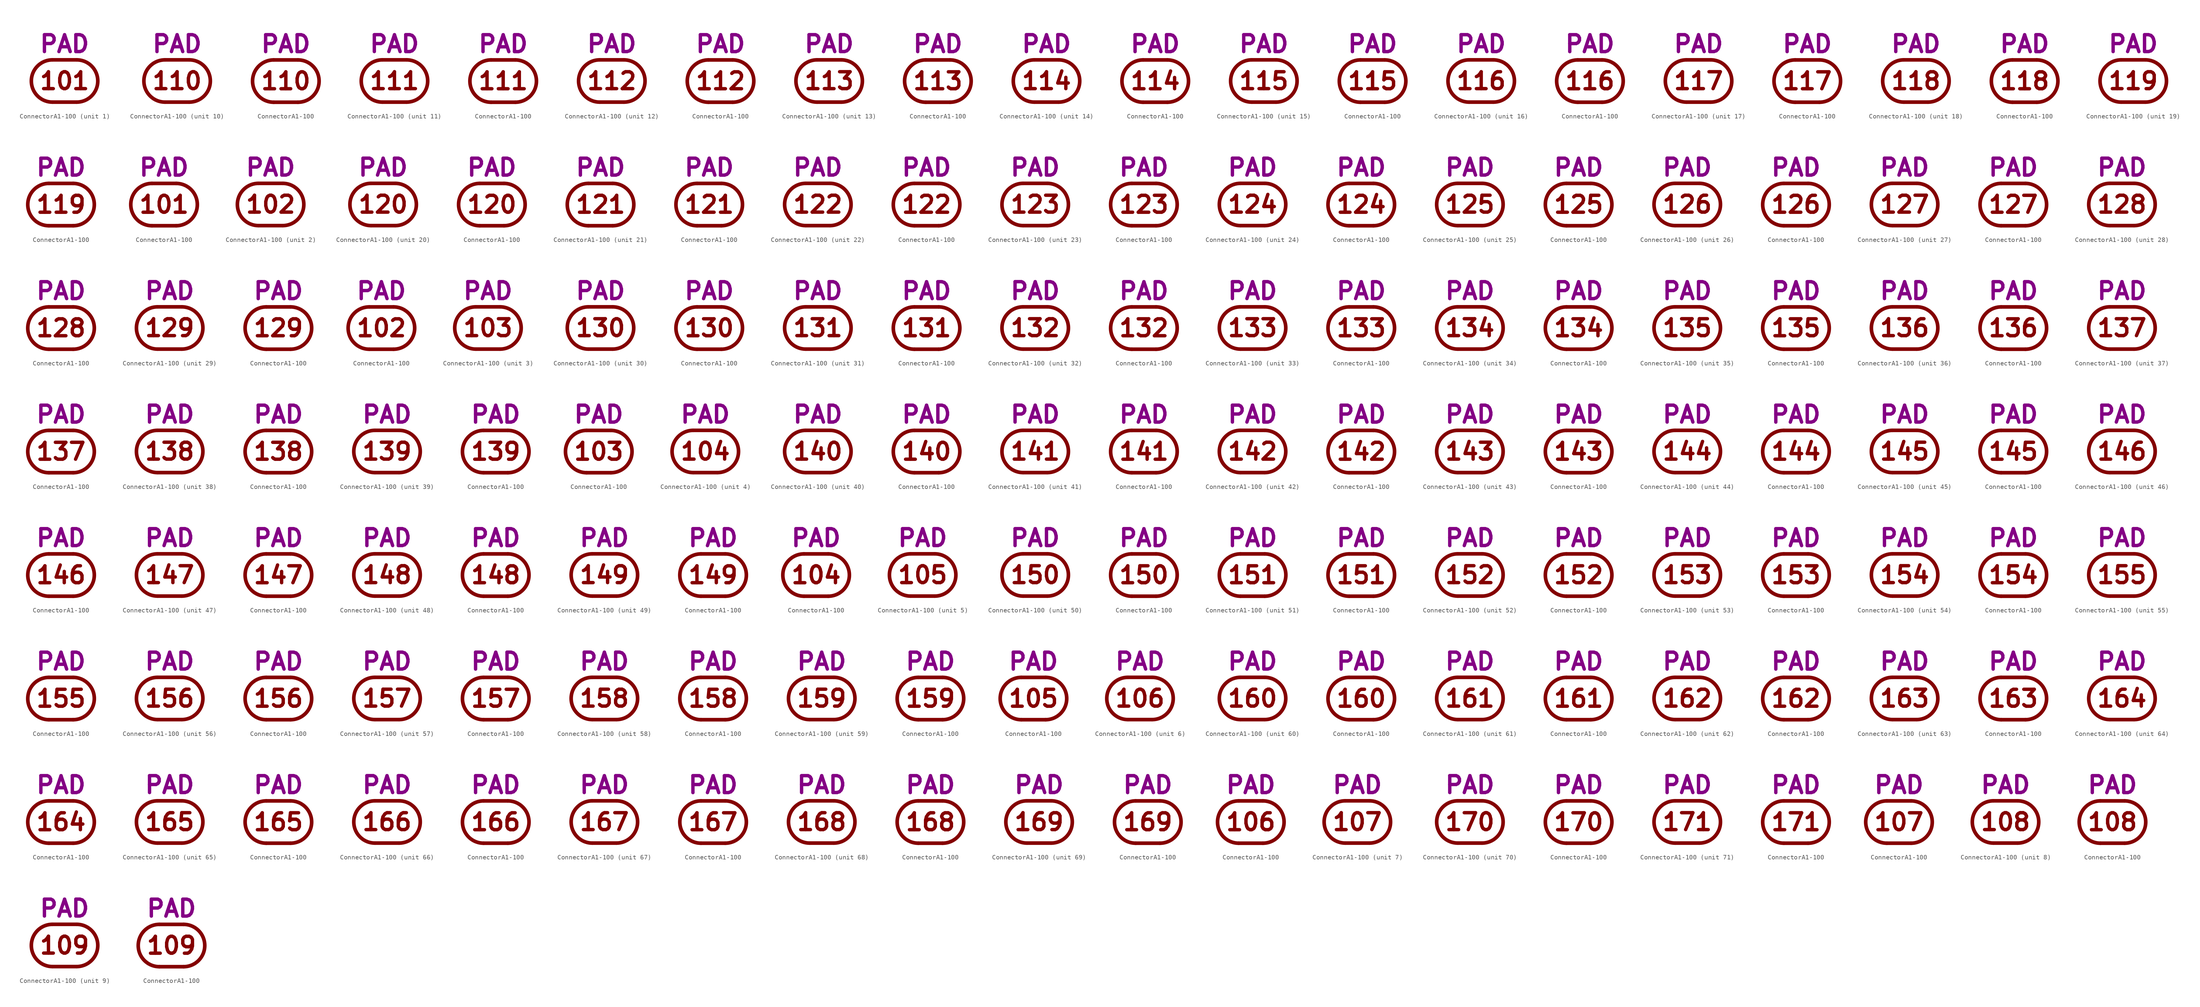
<source format=kicad_sym>
(kicad_symbol_lib
  (version 20211014)
  (generator kicad_symbol_editor)
  (symbol "ConnectorA1-100"
    (pin_numbers hide)
    (pin_names
      (offset 0) hide)
    (property "Reference" "J"
      (at 0 8.255 0)
      (effects (font (size 3.556 3.556)) hide))
    (property "Caption" "PAD"
      (at 0 5.715 0)
      (effects (font (size 3.556 3.556) bold) (justify bottom)))
    (property "ki_locked" ""
      (at 0 0 0)
      (effects (font (size 1.27 1.27))))
    (symbol "ConnectorA1-100_0_0"
      (arc (start -2.54 4.445) (mid -6.985 0) (end -2.54 -4.445) (stroke (width 0.762) (type default) (color 0 0 0 0)) (fill (type none)))
      (polyline (pts (xy -2.54 -4.445) (xy 2.54 -4.445)) (stroke (width 0.762) (type default) (color 0 0 0 0)) (fill (type none)))
      (polyline (pts (xy -2.54 4.445) (xy 2.54 4.445)) (stroke (width 0.762) (type default) (color 0 0 0 0)) (fill (type none)))
      (arc (start 2.54 -4.445) (mid 6.985 0) (end 2.54 4.445) (stroke (width 0.762) (type default) (color 0 0 0 0)) (fill (type none))))
    (symbol "ConnectorA1-100_1_0"
      (text "101" (at 0 0 0) (effects (font (size 3.556 3.556) bold))))
    (symbol "ConnectorA1-100_1_1"
      (pin passive line (at 6.985 0 180) (length 0) (name "101" (effects (font (size 3.556 3.556)))) (number "101" (effects (font (size 3.556 3.556))))))
    (symbol "ConnectorA1-100_1_2"
      (pin passive line (at 0 4.445 270) (length 0) (name "101" (effects (font (size 3.556 3.556)))) (number "101" (effects (font (size 3.556 3.556))))))
    (symbol "ConnectorA1-100_2_0"
      (text "102" (at 0 0 0) (effects (font (size 3.556 3.556) bold))))
    (symbol "ConnectorA1-100_2_1"
      (pin passive line (at 6.985 0 180) (length 0) (name "102" (effects (font (size 3.556 3.556)))) (number "102" (effects (font (size 3.556 3.556))))))
    (symbol "ConnectorA1-100_2_2"
      (pin passive line (at 0 4.445 270) (length 0) (name "102" (effects (font (size 3.556 3.556)))) (number "102" (effects (font (size 3.556 3.556))))))
    (symbol "ConnectorA1-100_3_0"
      (text "103" (at 0 0 0) (effects (font (size 3.556 3.556) bold))))
    (symbol "ConnectorA1-100_3_1"
      (pin passive line (at 6.985 0 180) (length 0) (name "103" (effects (font (size 3.556 3.556)))) (number "103" (effects (font (size 3.556 3.556))))))
    (symbol "ConnectorA1-100_3_2"
      (pin passive line (at 0 4.445 270) (length 0) (name "103" (effects (font (size 3.556 3.556)))) (number "103" (effects (font (size 3.556 3.556))))))
    (symbol "ConnectorA1-100_4_0"
      (text "104" (at 0 0 0) (effects (font (size 3.556 3.556) bold))))
    (symbol "ConnectorA1-100_4_1"
      (pin passive line (at 6.985 0 180) (length 0) (name "104" (effects (font (size 3.556 3.556)))) (number "104" (effects (font (size 3.556 3.556))))))
    (symbol "ConnectorA1-100_4_2"
      (pin passive line (at 0 4.445 270) (length 0) (name "104" (effects (font (size 3.556 3.556)))) (number "104" (effects (font (size 3.556 3.556))))))
    (symbol "ConnectorA1-100_5_0"
      (text "105" (at 0 0 0) (effects (font (size 3.556 3.556) bold))))
    (symbol "ConnectorA1-100_5_1"
      (pin passive line (at 6.985 0 180) (length 0) (name "105" (effects (font (size 3.556 3.556)))) (number "105" (effects (font (size 3.556 3.556))))))
    (symbol "ConnectorA1-100_5_2"
      (pin passive line (at 0 4.445 270) (length 0) (name "105" (effects (font (size 3.556 3.556)))) (number "105" (effects (font (size 3.556 3.556))))))
    (symbol "ConnectorA1-100_6_0"
      (text "106" (at 0 0 0) (effects (font (size 3.556 3.556) bold))))
    (symbol "ConnectorA1-100_6_1"
      (pin passive line (at 6.985 0 180) (length 0) (name "106" (effects (font (size 3.556 3.556)))) (number "106" (effects (font (size 3.556 3.556))))))
    (symbol "ConnectorA1-100_6_2"
      (pin passive line (at 0 4.445 270) (length 0) (name "106" (effects (font (size 3.556 3.556)))) (number "106" (effects (font (size 3.556 3.556))))))
    (symbol "ConnectorA1-100_7_0"
      (text "107" (at 0 0 0) (effects (font (size 3.556 3.556) bold))))
    (symbol "ConnectorA1-100_7_1"
      (pin passive line (at 6.985 0 180) (length 0) (name "107" (effects (font (size 3.556 3.556)))) (number "107" (effects (font (size 3.556 3.556))))))
    (symbol "ConnectorA1-100_7_2"
      (pin passive line (at 0 4.445 270) (length 0) (name "107" (effects (font (size 3.556 3.556)))) (number "107" (effects (font (size 3.556 3.556))))))
    (symbol "ConnectorA1-100_8_0"
      (text "108" (at 0 0 0) (effects (font (size 3.556 3.556) bold))))
    (symbol "ConnectorA1-100_8_1"
      (pin passive line (at 6.985 0 180) (length 0) (name "108" (effects (font (size 3.556 3.556)))) (number "108" (effects (font (size 3.556 3.556))))))
    (symbol "ConnectorA1-100_8_2"
      (pin passive line (at 0 4.445 270) (length 0) (name "108" (effects (font (size 3.556 3.556)))) (number "108" (effects (font (size 3.556 3.556))))))
    (symbol "ConnectorA1-100_9_0"
      (text "109" (at 0 0 0) (effects (font (size 3.556 3.556) bold))))
    (symbol "ConnectorA1-100_9_1"
      (pin passive line (at 6.985 0 180) (length 0) (name "109" (effects (font (size 3.556 3.556)))) (number "109" (effects (font (size 3.556 3.556))))))
    (symbol "ConnectorA1-100_9_2"
      (pin passive line (at 0 4.445 270) (length 0) (name "109" (effects (font (size 3.556 3.556)))) (number "109" (effects (font (size 3.556 3.556))))))
    (symbol "ConnectorA1-100_10_0"
      (text "110" (at 0 0 0) (effects (font (size 3.556 3.556) bold))))
    (symbol "ConnectorA1-100_10_1"
      (pin passive line (at 6.985 0 180) (length 0) (name "110" (effects (font (size 3.556 3.556)))) (number "110" (effects (font (size 3.556 3.556))))))
    (symbol "ConnectorA1-100_10_2"
      (pin passive line (at 0 4.445 270) (length 0) (name "110" (effects (font (size 3.556 3.556)))) (number "110" (effects (font (size 3.556 3.556))))))
    (symbol "ConnectorA1-100_11_0"
      (text "111" (at 0 0 0) (effects (font (size 3.556 3.556) bold))))
    (symbol "ConnectorA1-100_11_1"
      (pin passive line (at 6.985 0 180) (length 0) (name "111" (effects (font (size 3.556 3.556)))) (number "111" (effects (font (size 3.556 3.556))))))
    (symbol "ConnectorA1-100_11_2"
      (pin passive line (at 0 4.445 270) (length 0) (name "111" (effects (font (size 3.556 3.556)))) (number "111" (effects (font (size 3.556 3.556))))))
    (symbol "ConnectorA1-100_12_0"
      (text "112" (at 0 0 0) (effects (font (size 3.556 3.556) bold))))
    (symbol "ConnectorA1-100_12_1"
      (pin passive line (at 6.985 0 180) (length 0) (name "112" (effects (font (size 3.556 3.556)))) (number "112" (effects (font (size 3.556 3.556))))))
    (symbol "ConnectorA1-100_12_2"
      (pin passive line (at 0 4.445 270) (length 0) (name "112" (effects (font (size 3.556 3.556)))) (number "112" (effects (font (size 3.556 3.556))))))
    (symbol "ConnectorA1-100_13_0"
      (text "113" (at 0 0 0) (effects (font (size 3.556 3.556) bold))))
    (symbol "ConnectorA1-100_13_1"
      (pin passive line (at 6.985 0 180) (length 0) (name "113" (effects (font (size 3.556 3.556)))) (number "113" (effects (font (size 3.556 3.556))))))
    (symbol "ConnectorA1-100_13_2"
      (pin passive line (at 0 4.445 270) (length 0) (name "113" (effects (font (size 3.556 3.556)))) (number "113" (effects (font (size 3.556 3.556))))))
    (symbol "ConnectorA1-100_14_0"
      (text "114" (at 0 0 0) (effects (font (size 3.556 3.556) bold))))
    (symbol "ConnectorA1-100_14_1"
      (pin passive line (at 6.985 0 180) (length 0) (name "114" (effects (font (size 3.556 3.556)))) (number "114" (effects (font (size 3.556 3.556))))))
    (symbol "ConnectorA1-100_14_2"
      (pin passive line (at 0 4.445 270) (length 0) (name "114" (effects (font (size 3.556 3.556)))) (number "114" (effects (font (size 3.556 3.556))))))
    (symbol "ConnectorA1-100_15_0"
      (text "115" (at 0 0 0) (effects (font (size 3.556 3.556) bold))))
    (symbol "ConnectorA1-100_15_1"
      (pin passive line (at 6.985 0 180) (length 0) (name "115" (effects (font (size 3.556 3.556)))) (number "115" (effects (font (size 3.556 3.556))))))
    (symbol "ConnectorA1-100_15_2"
      (pin passive line (at 0 4.445 270) (length 0) (name "115" (effects (font (size 3.556 3.556)))) (number "115" (effects (font (size 3.556 3.556))))))
    (symbol "ConnectorA1-100_16_0"
      (text "116" (at 0 0 0) (effects (font (size 3.556 3.556) bold))))
    (symbol "ConnectorA1-100_16_1"
      (pin passive line (at 6.985 0 180) (length 0) (name "116" (effects (font (size 3.556 3.556)))) (number "116" (effects (font (size 3.556 3.556))))))
    (symbol "ConnectorA1-100_16_2"
      (pin passive line (at 0 4.445 270) (length 0) (name "116" (effects (font (size 3.556 3.556)))) (number "116" (effects (font (size 3.556 3.556))))))
    (symbol "ConnectorA1-100_17_0"
      (text "117" (at 0 0 0) (effects (font (size 3.556 3.556) bold))))
    (symbol "ConnectorA1-100_17_1"
      (pin passive line (at 6.985 0 180) (length 0) (name "117" (effects (font (size 3.556 3.556)))) (number "117" (effects (font (size 3.556 3.556))))))
    (symbol "ConnectorA1-100_17_2"
      (pin passive line (at 0 4.445 270) (length 0) (name "117" (effects (font (size 3.556 3.556)))) (number "117" (effects (font (size 3.556 3.556))))))
    (symbol "ConnectorA1-100_18_0"
      (text "118" (at 0 0 0) (effects (font (size 3.556 3.556) bold))))
    (symbol "ConnectorA1-100_18_1"
      (pin passive line (at 6.985 0 180) (length 0) (name "118" (effects (font (size 3.556 3.556)))) (number "118" (effects (font (size 3.556 3.556))))))
    (symbol "ConnectorA1-100_18_2"
      (pin passive line (at 0 4.445 270) (length 0) (name "118" (effects (font (size 3.556 3.556)))) (number "118" (effects (font (size 3.556 3.556))))))
    (symbol "ConnectorA1-100_19_0"
      (text "119" (at 0 0 0) (effects (font (size 3.556 3.556) bold))))
    (symbol "ConnectorA1-100_19_1"
      (pin passive line (at 6.985 0 180) (length 0) (name "119" (effects (font (size 3.556 3.556)))) (number "119" (effects (font (size 3.556 3.556))))))
    (symbol "ConnectorA1-100_19_2"
      (pin passive line (at 0 4.445 270) (length 0) (name "119" (effects (font (size 3.556 3.556)))) (number "119" (effects (font (size 3.556 3.556))))))
    (symbol "ConnectorA1-100_20_0"
      (text "120" (at 0 0 0) (effects (font (size 3.556 3.556) bold))))
    (symbol "ConnectorA1-100_20_1"
      (pin passive line (at 6.985 0 180) (length 0) (name "120" (effects (font (size 3.556 3.556)))) (number "120" (effects (font (size 3.556 3.556))))))
    (symbol "ConnectorA1-100_20_2"
      (pin passive line (at 0 4.445 270) (length 0) (name "120" (effects (font (size 3.556 3.556)))) (number "120" (effects (font (size 3.556 3.556))))))
    (symbol "ConnectorA1-100_21_0"
      (text "121" (at 0 0 0) (effects (font (size 3.556 3.556) bold))))
    (symbol "ConnectorA1-100_22_0"
      (text "122" (at 0 0 0) (effects (font (size 3.556 3.556) bold))))
    (symbol "ConnectorA1-100_22_1"
      (pin passive line (at 6.985 0 180) (length 0) (name "122" (effects (font (size 3.556 3.556)))) (number "122" (effects (font (size 3.556 3.556))))))
    (symbol "ConnectorA1-100_22_2"
      (pin passive line (at 0 4.445 270) (length 0) (name "122" (effects (font (size 3.556 3.556)))) (number "122" (effects (font (size 3.556 3.556))))))
    (symbol "ConnectorA1-100_23_0"
      (text "123" (at 0 0 0) (effects (font (size 3.556 3.556) bold))))
    (symbol "ConnectorA1-100_23_1"
      (pin passive line (at 6.985 0 180) (length 0) (name "123" (effects (font (size 3.556 3.556)))) (number "123" (effects (font (size 3.556 3.556))))))
    (symbol "ConnectorA1-100_23_2"
      (pin passive line (at 0 4.445 270) (length 0) (name "123" (effects (font (size 3.556 3.556)))) (number "123" (effects (font (size 3.556 3.556))))))
    (symbol "ConnectorA1-100_24_0"
      (text "124" (at 0 0 0) (effects (font (size 3.556 3.556) bold))))
    (symbol "ConnectorA1-100_24_1"
      (pin passive line (at 6.985 0 180) (length 0) (name "124" (effects (font (size 3.556 3.556)))) (number "124" (effects (font (size 3.556 3.556))))))
    (symbol "ConnectorA1-100_24_2"
      (pin passive line (at 0 4.445 270) (length 0) (name "124" (effects (font (size 3.556 3.556)))) (number "124" (effects (font (size 3.556 3.556))))))
    (symbol "ConnectorA1-100_25_0"
      (text "125" (at 0 0 0) (effects (font (size 3.556 3.556) bold))))
    (symbol "ConnectorA1-100_25_1"
      (pin passive line (at 6.985 0 180) (length 0) (name "125" (effects (font (size 3.556 3.556)))) (number "125" (effects (font (size 3.556 3.556))))))
    (symbol "ConnectorA1-100_25_2"
      (pin passive line (at 0 4.445 270) (length 0) (name "125" (effects (font (size 3.556 3.556)))) (number "125" (effects (font (size 3.556 3.556))))))
    (symbol "ConnectorA1-100_26_0"
      (text "126" (at 0 0 0) (effects (font (size 3.556 3.556) bold))))
    (symbol "ConnectorA1-100_26_1"
      (pin passive line (at 6.985 0 180) (length 0) (name "126" (effects (font (size 3.556 3.556)))) (number "126" (effects (font (size 3.556 3.556))))))
    (symbol "ConnectorA1-100_26_2"
      (pin passive line (at 0 4.445 270) (length 0) (name "126" (effects (font (size 3.556 3.556)))) (number "126" (effects (font (size 3.556 3.556))))))
    (symbol "ConnectorA1-100_27_0"
      (text "127" (at 0 0 0) (effects (font (size 3.556 3.556) bold))))
    (symbol "ConnectorA1-100_27_1"
      (pin passive line (at 6.985 0 180) (length 0) (name "127" (effects (font (size 3.556 3.556)))) (number "127" (effects (font (size 3.556 3.556))))))
    (symbol "ConnectorA1-100_27_2"
      (pin passive line (at 0 4.445 270) (length 0) (name "127" (effects (font (size 3.556 3.556)))) (number "127" (effects (font (size 3.556 3.556))))))
    (symbol "ConnectorA1-100_28_0"
      (text "128" (at 0 0 0) (effects (font (size 3.556 3.556) bold))))
    (symbol "ConnectorA1-100_28_1"
      (pin passive line (at 6.985 0 180) (length 0) (name "128" (effects (font (size 3.556 3.556)))) (number "128" (effects (font (size 3.556 3.556))))))
    (symbol "ConnectorA1-100_28_2"
      (pin passive line (at 0 4.445 270) (length 0) (name "128" (effects (font (size 3.556 3.556)))) (number "128" (effects (font (size 3.556 3.556))))))
    (symbol "ConnectorA1-100_29_0"
      (text "129" (at 0 0 0) (effects (font (size 3.556 3.556) bold))))
    (symbol "ConnectorA1-100_29_1"
      (pin passive line (at 6.985 0 180) (length 0) (name "129" (effects (font (size 3.556 3.556)))) (number "129" (effects (font (size 3.556 3.556))))))
    (symbol "ConnectorA1-100_29_2"
      (pin passive line (at 0 4.445 270) (length 0) (name "129" (effects (font (size 3.556 3.556)))) (number "129" (effects (font (size 3.556 3.556))))))
    (symbol "ConnectorA1-100_30_0"
      (text "130" (at 0 0 0) (effects (font (size 3.556 3.556) bold))))
    (symbol "ConnectorA1-100_30_1"
      (pin passive line (at 6.985 0 180) (length 0) (name "130" (effects (font (size 3.556 3.556)))) (number "130" (effects (font (size 3.556 3.556))))))
    (symbol "ConnectorA1-100_30_2"
      (pin passive line (at 0 4.445 270) (length 0) (name "130" (effects (font (size 3.556 3.556)))) (number "130" (effects (font (size 3.556 3.556))))))
    (symbol "ConnectorA1-100_31_0"
      (text "131" (at 0 0 0) (effects (font (size 3.556 3.556) bold))))
    (symbol "ConnectorA1-100_31_1"
      (pin passive line (at 6.985 0 180) (length 0) (name "131" (effects (font (size 3.556 3.556)))) (number "131" (effects (font (size 3.556 3.556))))))
    (symbol "ConnectorA1-100_31_2"
      (pin passive line (at 0 4.445 270) (length 0) (name "131" (effects (font (size 3.556 3.556)))) (number "131" (effects (font (size 3.556 3.556))))))
    (symbol "ConnectorA1-100_32_0"
      (text "132" (at 0 0 0) (effects (font (size 3.556 3.556) bold))))
    (symbol "ConnectorA1-100_32_1"
      (pin passive line (at 6.985 0 180) (length 0) (name "132" (effects (font (size 3.556 3.556)))) (number "132" (effects (font (size 3.556 3.556))))))
    (symbol "ConnectorA1-100_32_2"
      (pin passive line (at 0 4.445 270) (length 0) (name "132" (effects (font (size 3.556 3.556)))) (number "132" (effects (font (size 3.556 3.556))))))
    (symbol "ConnectorA1-100_33_0"
      (text "133" (at 0 0 0) (effects (font (size 3.556 3.556) bold))))
    (symbol "ConnectorA1-100_33_1"
      (pin passive line (at 6.985 0 180) (length 0) (name "133" (effects (font (size 3.556 3.556)))) (number "133" (effects (font (size 3.556 3.556))))))
    (symbol "ConnectorA1-100_33_2"
      (pin passive line (at 0 4.445 270) (length 0) (name "133" (effects (font (size 3.556 3.556)))) (number "133" (effects (font (size 3.556 3.556))))))
    (symbol "ConnectorA1-100_34_0"
      (text "134" (at 0 0 0) (effects (font (size 3.556 3.556) bold))))
    (symbol "ConnectorA1-100_34_1"
      (pin passive line (at 6.985 0 180) (length 0) (name "134" (effects (font (size 3.556 3.556)))) (number "134" (effects (font (size 3.556 3.556))))))
    (symbol "ConnectorA1-100_34_2"
      (pin passive line (at 0 4.445 270) (length 0) (name "134" (effects (font (size 3.556 3.556)))) (number "134" (effects (font (size 3.556 3.556))))))
    (symbol "ConnectorA1-100_35_0"
      (text "135" (at 0 0 0) (effects (font (size 3.556 3.556) bold))))
    (symbol "ConnectorA1-100_35_1"
      (pin passive line (at 6.985 0 180) (length 0) (name "135" (effects (font (size 3.556 3.556)))) (number "135" (effects (font (size 3.556 3.556))))))
    (symbol "ConnectorA1-100_35_2"
      (pin passive line (at 0 4.445 270) (length 0) (name "135" (effects (font (size 3.556 3.556)))) (number "135" (effects (font (size 3.556 3.556))))))
    (symbol "ConnectorA1-100_36_0"
      (text "136" (at 0 0 0) (effects (font (size 3.556 3.556) bold))))
    (symbol "ConnectorA1-100_36_1"
      (pin passive line (at 6.985 0 180) (length 0) (name "136" (effects (font (size 3.556 3.556)))) (number "136" (effects (font (size 3.556 3.556))))))
    (symbol "ConnectorA1-100_36_2"
      (pin passive line (at 0 4.445 270) (length 0) (name "136" (effects (font (size 3.556 3.556)))) (number "136" (effects (font (size 3.556 3.556))))))
    (symbol "ConnectorA1-100_37_0"
      (text "137" (at 0 0 0) (effects (font (size 3.556 3.556) bold))))
    (symbol "ConnectorA1-100_37_1"
      (pin passive line (at 6.985 0 180) (length 0) (name "137" (effects (font (size 3.556 3.556)))) (number "137" (effects (font (size 3.556 3.556))))))
    (symbol "ConnectorA1-100_37_2"
      (pin passive line (at 0 4.445 270) (length 0) (name "137" (effects (font (size 3.556 3.556)))) (number "137" (effects (font (size 3.556 3.556))))))
    (symbol "ConnectorA1-100_38_0"
      (text "138" (at 0 0 0) (effects (font (size 3.556 3.556) bold))))
    (symbol "ConnectorA1-100_38_1"
      (pin passive line (at 6.985 0 180) (length 0) (name "138" (effects (font (size 3.556 3.556)))) (number "138" (effects (font (size 3.556 3.556))))))
    (symbol "ConnectorA1-100_38_2"
      (pin passive line (at 0 4.445 270) (length 0) (name "138" (effects (font (size 3.556 3.556)))) (number "138" (effects (font (size 3.556 3.556))))))
    (symbol "ConnectorA1-100_39_0"
      (text "139" (at 0 0 0) (effects (font (size 3.556 3.556) bold))))
    (symbol "ConnectorA1-100_39_1"
      (pin passive line (at 6.985 0 180) (length 0) (name "139" (effects (font (size 3.556 3.556)))) (number "139" (effects (font (size 3.556 3.556))))))
    (symbol "ConnectorA1-100_39_2"
      (pin passive line (at 0 4.445 270) (length 0) (name "139" (effects (font (size 3.556 3.556)))) (number "139" (effects (font (size 3.556 3.556))))))
    (symbol "ConnectorA1-100_40_0"
      (text "140" (at 0 0 0) (effects (font (size 3.556 3.556) bold))))
    (symbol "ConnectorA1-100_40_1"
      (pin passive line (at 6.985 0 180) (length 0) (name "140" (effects (font (size 3.556 3.556)))) (number "140" (effects (font (size 3.556 3.556))))))
    (symbol "ConnectorA1-100_40_2"
      (pin passive line (at 0 4.445 270) (length 0) (name "140" (effects (font (size 3.556 3.556)))) (number "140" (effects (font (size 3.556 3.556))))))
    (symbol "ConnectorA1-100_41_0"
      (text "141" (at 0 0 0) (effects (font (size 3.556 3.556) bold))))
    (symbol "ConnectorA1-100_41_1"
      (pin passive line (at 6.985 0 180) (length 0) (name "141" (effects (font (size 3.556 3.556)))) (number "141" (effects (font (size 3.556 3.556))))))
    (symbol "ConnectorA1-100_41_2"
      (pin passive line (at 0 4.445 270) (length 0) (name "141" (effects (font (size 3.556 3.556)))) (number "141" (effects (font (size 3.556 3.556))))))
    (symbol "ConnectorA1-100_42_0"
      (text "142" (at 0 0 0) (effects (font (size 3.556 3.556) bold))))
    (symbol "ConnectorA1-100_42_1"
      (pin passive line (at 6.985 0 180) (length 0) (name "142" (effects (font (size 3.556 3.556)))) (number "142" (effects (font (size 3.556 3.556))))))
    (symbol "ConnectorA1-100_42_2"
      (pin passive line (at 0 4.445 270) (length 0) (name "142" (effects (font (size 3.556 3.556)))) (number "142" (effects (font (size 3.556 3.556))))))
    (symbol "ConnectorA1-100_43_0"
      (text "143" (at 0 0 0) (effects (font (size 3.556 3.556) bold))))
    (symbol "ConnectorA1-100_43_1"
      (pin passive line (at 6.985 0 180) (length 0) (name "143" (effects (font (size 3.556 3.556)))) (number "143" (effects (font (size 3.556 3.556))))))
    (symbol "ConnectorA1-100_43_2"
      (pin passive line (at 0 4.445 270) (length 0) (name "143" (effects (font (size 3.556 3.556)))) (number "143" (effects (font (size 3.556 3.556))))))
    (symbol "ConnectorA1-100_44_0"
      (text "144" (at 0 0 0) (effects (font (size 3.556 3.556) bold))))
    (symbol "ConnectorA1-100_44_1"
      (pin passive line (at 6.985 0 180) (length 0) (name "144" (effects (font (size 3.556 3.556)))) (number "144" (effects (font (size 3.556 3.556))))))
    (symbol "ConnectorA1-100_44_2"
      (pin passive line (at 0 4.445 270) (length 0) (name "144" (effects (font (size 3.556 3.556)))) (number "144" (effects (font (size 3.556 3.556))))))
    (symbol "ConnectorA1-100_45_0"
      (text "145" (at 0 0 0) (effects (font (size 3.556 3.556) bold))))
    (symbol "ConnectorA1-100_45_1"
      (pin passive line (at 6.985 0 180) (length 0) (name "145" (effects (font (size 3.556 3.556)))) (number "145" (effects (font (size 3.556 3.556))))))
    (symbol "ConnectorA1-100_45_2"
      (pin passive line (at 0 4.445 270) (length 0) (name "145" (effects (font (size 3.556 3.556)))) (number "145" (effects (font (size 3.556 3.556))))))
    (symbol "ConnectorA1-100_46_0"
      (text "146" (at 0 0 0) (effects (font (size 3.556 3.556) bold))))
    (symbol "ConnectorA1-100_46_1"
      (pin passive line (at 6.985 0 180) (length 0) (name "146" (effects (font (size 3.556 3.556)))) (number "146" (effects (font (size 3.556 3.556))))))
    (symbol "ConnectorA1-100_46_2"
      (pin passive line (at 0 4.445 270) (length 0) (name "146" (effects (font (size 3.556 3.556)))) (number "146" (effects (font (size 3.556 3.556))))))
    (symbol "ConnectorA1-100_47_0"
      (text "147" (at 0 0 0) (effects (font (size 3.556 3.556) bold))))
    (symbol "ConnectorA1-100_47_1"
      (pin passive line (at 6.985 0 180) (length 0) (name "147" (effects (font (size 3.556 3.556)))) (number "147" (effects (font (size 3.556 3.556))))))
    (symbol "ConnectorA1-100_47_2"
      (pin passive line (at 0 4.445 270) (length 0) (name "147" (effects (font (size 3.556 3.556)))) (number "147" (effects (font (size 3.556 3.556))))))
    (symbol "ConnectorA1-100_48_0"
      (text "148" (at 0 0 0) (effects (font (size 3.556 3.556) bold))))
    (symbol "ConnectorA1-100_48_1"
      (pin passive line (at 6.985 0 180) (length 0) (name "148" (effects (font (size 3.556 3.556)))) (number "148" (effects (font (size 3.556 3.556))))))
    (symbol "ConnectorA1-100_48_2"
      (pin passive line (at 0 4.445 270) (length 0) (name "148" (effects (font (size 3.556 3.556)))) (number "148" (effects (font (size 3.556 3.556))))))
    (symbol "ConnectorA1-100_49_0"
      (text "149" (at 0 0 0) (effects (font (size 3.556 3.556) bold))))
    (symbol "ConnectorA1-100_49_1"
      (pin passive line (at 6.985 0 180) (length 0) (name "149" (effects (font (size 3.556 3.556)))) (number "149" (effects (font (size 3.556 3.556))))))
    (symbol "ConnectorA1-100_49_2"
      (pin passive line (at 0 4.445 270) (length 0) (name "149" (effects (font (size 3.556 3.556)))) (number "149" (effects (font (size 3.556 3.556))))))
    (symbol "ConnectorA1-100_50_0"
      (text "150" (at 0 0 0) (effects (font (size 3.556 3.556) bold))))
    (symbol "ConnectorA1-100_50_1"
      (pin passive line (at 6.985 0 180) (length 0) (name "150" (effects (font (size 3.556 3.556)))) (number "150" (effects (font (size 3.556 3.556))))))
    (symbol "ConnectorA1-100_50_2"
      (pin passive line (at 0 4.445 270) (length 0) (name "150" (effects (font (size 3.556 3.556)))) (number "150" (effects (font (size 3.556 3.556))))))
    (symbol "ConnectorA1-100_51_0"
      (text "151" (at 0 0 0) (effects (font (size 3.556 3.556) bold))))
    (symbol "ConnectorA1-100_52_0"
      (text "152" (at 0 0 0) (effects (font (size 3.556 3.556) bold))))
    (symbol "ConnectorA1-100_52_1"
      (pin passive line (at 6.985 0 180) (length 0) (name "152" (effects (font (size 3.556 3.556)))) (number "152" (effects (font (size 3.556 3.556))))))
    (symbol "ConnectorA1-100_52_2"
      (pin passive line (at 0 4.445 270) (length 0) (name "152" (effects (font (size 3.556 3.556)))) (number "152" (effects (font (size 3.556 3.556))))))
    (symbol "ConnectorA1-100_53_0"
      (text "153" (at 0 0 0) (effects (font (size 3.556 3.556) bold))))
    (symbol "ConnectorA1-100_53_1"
      (pin passive line (at 6.985 0 180) (length 0) (name "153" (effects (font (size 3.556 3.556)))) (number "153" (effects (font (size 3.556 3.556))))))
    (symbol "ConnectorA1-100_53_2"
      (pin passive line (at 0 4.445 270) (length 0) (name "153" (effects (font (size 3.556 3.556)))) (number "153" (effects (font (size 3.556 3.556))))))
    (symbol "ConnectorA1-100_54_0"
      (text "154" (at 0 0 0) (effects (font (size 3.556 3.556) bold))))
    (symbol "ConnectorA1-100_54_1"
      (pin passive line (at 6.985 0 180) (length 0) (name "154" (effects (font (size 3.556 3.556)))) (number "154" (effects (font (size 3.556 3.556))))))
    (symbol "ConnectorA1-100_54_2"
      (pin passive line (at 0 4.445 270) (length 0) (name "154" (effects (font (size 3.556 3.556)))) (number "154" (effects (font (size 3.556 3.556))))))
    (symbol "ConnectorA1-100_55_0"
      (text "155" (at 0 0 0) (effects (font (size 3.556 3.556) bold))))
    (symbol "ConnectorA1-100_55_1"
      (pin passive line (at 6.985 0 180) (length 0) (name "155" (effects (font (size 3.556 3.556)))) (number "155" (effects (font (size 3.556 3.556))))))
    (symbol "ConnectorA1-100_55_2"
      (pin passive line (at 0 4.445 270) (length 0) (name "155" (effects (font (size 3.556 3.556)))) (number "155" (effects (font (size 3.556 3.556))))))
    (symbol "ConnectorA1-100_56_0"
      (text "156" (at 0 0 0) (effects (font (size 3.556 3.556) bold))))
    (symbol "ConnectorA1-100_56_1"
      (pin passive line (at 6.985 0 180) (length 0) (name "156" (effects (font (size 3.556 3.556)))) (number "156" (effects (font (size 3.556 3.556))))))
    (symbol "ConnectorA1-100_56_2"
      (pin passive line (at 0 4.445 270) (length 0) (name "156" (effects (font (size 3.556 3.556)))) (number "156" (effects (font (size 3.556 3.556))))))
    (symbol "ConnectorA1-100_57_0"
      (text "157" (at 0 0 0) (effects (font (size 3.556 3.556) bold))))
    (symbol "ConnectorA1-100_57_1"
      (pin passive line (at 6.985 0 180) (length 0) (name "157" (effects (font (size 3.556 3.556)))) (number "157" (effects (font (size 3.556 3.556))))))
    (symbol "ConnectorA1-100_57_2"
      (pin passive line (at 0 4.445 270) (length 0) (name "157" (effects (font (size 3.556 3.556)))) (number "157" (effects (font (size 3.556 3.556))))))
    (symbol "ConnectorA1-100_58_0"
      (text "158" (at 0 0 0) (effects (font (size 3.556 3.556) bold))))
    (symbol "ConnectorA1-100_58_1"
      (pin passive line (at 6.985 0 180) (length 0) (name "158" (effects (font (size 3.556 3.556)))) (number "158" (effects (font (size 3.556 3.556))))))
    (symbol "ConnectorA1-100_58_2"
      (pin passive line (at 0 4.445 270) (length 0) (name "158" (effects (font (size 3.556 3.556)))) (number "158" (effects (font (size 3.556 3.556))))))
    (symbol "ConnectorA1-100_59_0"
      (text "159" (at 0 0 0) (effects (font (size 3.556 3.556) bold))))
    (symbol "ConnectorA1-100_59_1"
      (pin passive line (at 6.985 0 180) (length 0) (name "159" (effects (font (size 3.556 3.556)))) (number "159" (effects (font (size 3.556 3.556))))))
    (symbol "ConnectorA1-100_59_2"
      (pin passive line (at 0 4.445 270) (length 0) (name "159" (effects (font (size 3.556 3.556)))) (number "159" (effects (font (size 3.556 3.556))))))
    (symbol "ConnectorA1-100_60_0"
      (text "160" (at 0 0 0) (effects (font (size 3.556 3.556) bold))))
    (symbol "ConnectorA1-100_60_1"
      (pin passive line (at 6.985 0 180) (length 0) (name "160" (effects (font (size 3.556 3.556)))) (number "160" (effects (font (size 3.556 3.556))))))
    (symbol "ConnectorA1-100_60_2"
      (pin passive line (at 0 4.445 270) (length 0) (name "160" (effects (font (size 3.556 3.556)))) (number "160" (effects (font (size 3.556 3.556))))))
    (symbol "ConnectorA1-100_61_0"
      (text "161" (at 0 0 0) (effects (font (size 3.556 3.556) bold))))
    (symbol "ConnectorA1-100_61_1"
      (pin passive line (at 6.985 0 180) (length 0) (name "161" (effects (font (size 3.556 3.556)))) (number "161" (effects (font (size 3.556 3.556))))))
    (symbol "ConnectorA1-100_61_2"
      (pin passive line (at 0 4.445 270) (length 0) (name "161" (effects (font (size 3.556 3.556)))) (number "161" (effects (font (size 3.556 3.556))))))
    (symbol "ConnectorA1-100_62_0"
      (text "162" (at 0 0 0) (effects (font (size 3.556 3.556) bold))))
    (symbol "ConnectorA1-100_62_1"
      (pin passive line (at 6.985 0 180) (length 0) (name "162" (effects (font (size 3.556 3.556)))) (number "162" (effects (font (size 3.556 3.556))))))
    (symbol "ConnectorA1-100_62_2"
      (pin passive line (at 0 4.445 270) (length 0) (name "162" (effects (font (size 3.556 3.556)))) (number "162" (effects (font (size 3.556 3.556))))))
    (symbol "ConnectorA1-100_63_0"
      (text "163" (at 0 0 0) (effects (font (size 3.556 3.556) bold))))
    (symbol "ConnectorA1-100_63_1"
      (pin passive line (at 6.985 0 180) (length 0) (name "163" (effects (font (size 3.556 3.556)))) (number "163" (effects (font (size 3.556 3.556))))))
    (symbol "ConnectorA1-100_63_2"
      (pin passive line (at 0 4.445 270) (length 0) (name "163" (effects (font (size 3.556 3.556)))) (number "163" (effects (font (size 3.556 3.556))))))
    (symbol "ConnectorA1-100_64_0"
      (text "164" (at 0 0 0) (effects (font (size 3.556 3.556) bold))))
    (symbol "ConnectorA1-100_64_1"
      (pin passive line (at 6.985 0 180) (length 0) (name "164" (effects (font (size 3.556 3.556)))) (number "164" (effects (font (size 3.556 3.556))))))
    (symbol "ConnectorA1-100_64_2"
      (pin passive line (at 0 4.445 270) (length 0) (name "164" (effects (font (size 3.556 3.556)))) (number "164" (effects (font (size 3.556 3.556))))))
    (symbol "ConnectorA1-100_65_0"
      (text "165" (at 0 0 0) (effects (font (size 3.556 3.556) bold))))
    (symbol "ConnectorA1-100_65_1"
      (pin passive line (at 6.985 0 180) (length 0) (name "165" (effects (font (size 3.556 3.556)))) (number "165" (effects (font (size 3.556 3.556))))))
    (symbol "ConnectorA1-100_65_2"
      (pin passive line (at 0 4.445 270) (length 0) (name "165" (effects (font (size 3.556 3.556)))) (number "165" (effects (font (size 3.556 3.556))))))
    (symbol "ConnectorA1-100_66_0"
      (text "166" (at 0 0 0) (effects (font (size 3.556 3.556) bold))))
    (symbol "ConnectorA1-100_66_1"
      (pin passive line (at 6.985 0 180) (length 0) (name "166" (effects (font (size 3.556 3.556)))) (number "166" (effects (font (size 3.556 3.556))))))
    (symbol "ConnectorA1-100_66_2"
      (pin passive line (at 0 4.445 270) (length 0) (name "166" (effects (font (size 3.556 3.556)))) (number "166" (effects (font (size 3.556 3.556))))))
    (symbol "ConnectorA1-100_67_0"
      (text "167" (at 0 0 0) (effects (font (size 3.556 3.556) bold))))
    (symbol "ConnectorA1-100_67_1"
      (pin passive line (at 6.985 0 180) (length 0) (name "167" (effects (font (size 3.556 3.556)))) (number "167" (effects (font (size 3.556 3.556))))))
    (symbol "ConnectorA1-100_67_2"
      (pin passive line (at 0 4.445 270) (length 0) (name "167" (effects (font (size 3.556 3.556)))) (number "167" (effects (font (size 3.556 3.556))))))
    (symbol "ConnectorA1-100_68_0"
      (text "168" (at 0 0 0) (effects (font (size 3.556 3.556) bold))))
    (symbol "ConnectorA1-100_68_1"
      (pin passive line (at 6.985 0 180) (length 0) (name "168" (effects (font (size 3.556 3.556)))) (number "168" (effects (font (size 3.556 3.556))))))
    (symbol "ConnectorA1-100_68_2"
      (pin passive line (at 0 4.445 270) (length 0) (name "168" (effects (font (size 3.556 3.556)))) (number "168" (effects (font (size 3.556 3.556))))))
    (symbol "ConnectorA1-100_69_0"
      (text "169" (at 0 0 0) (effects (font (size 3.556 3.556) bold))))
    (symbol "ConnectorA1-100_69_1"
      (pin passive line (at 6.985 0 180) (length 0) (name "169" (effects (font (size 3.556 3.556)))) (number "169" (effects (font (size 3.556 3.556))))))
    (symbol "ConnectorA1-100_69_2"
      (pin passive line (at 0 4.445 270) (length 0) (name "169" (effects (font (size 3.556 3.556)))) (number "169" (effects (font (size 3.556 3.556))))))
    (symbol "ConnectorA1-100_70_0"
      (text "170" (at 0 0 0) (effects (font (size 3.556 3.556) bold))))
    (symbol "ConnectorA1-100_70_1"
      (pin passive line (at 6.985 0 180) (length 0) (name "170" (effects (font (size 3.556 3.556)))) (number "170" (effects (font (size 3.556 3.556))))))
    (symbol "ConnectorA1-100_70_2"
      (pin passive line (at 0 4.445 270) (length 0) (name "170" (effects (font (size 3.556 3.556)))) (number "170" (effects (font (size 3.556 3.556))))))
    (symbol "ConnectorA1-100_71_0"
      (text "171" (at 0 0 0) (effects (font (size 3.556 3.556) bold))))
    (symbol "ConnectorA1-100_71_1"
      (pin passive line (at 6.985 0 180) (length 0) (name "171" (effects (font (size 3.556 3.556)))) (number "171" (effects (font (size 3.556 3.556))))))
    (symbol "ConnectorA1-100_71_2"
      (pin passive line (at 0 4.445 270) (length 0) (name "171" (effects (font (size 3.556 3.556)))) (number "171" (effects (font (size 3.556 3.556))))))))
</source>
